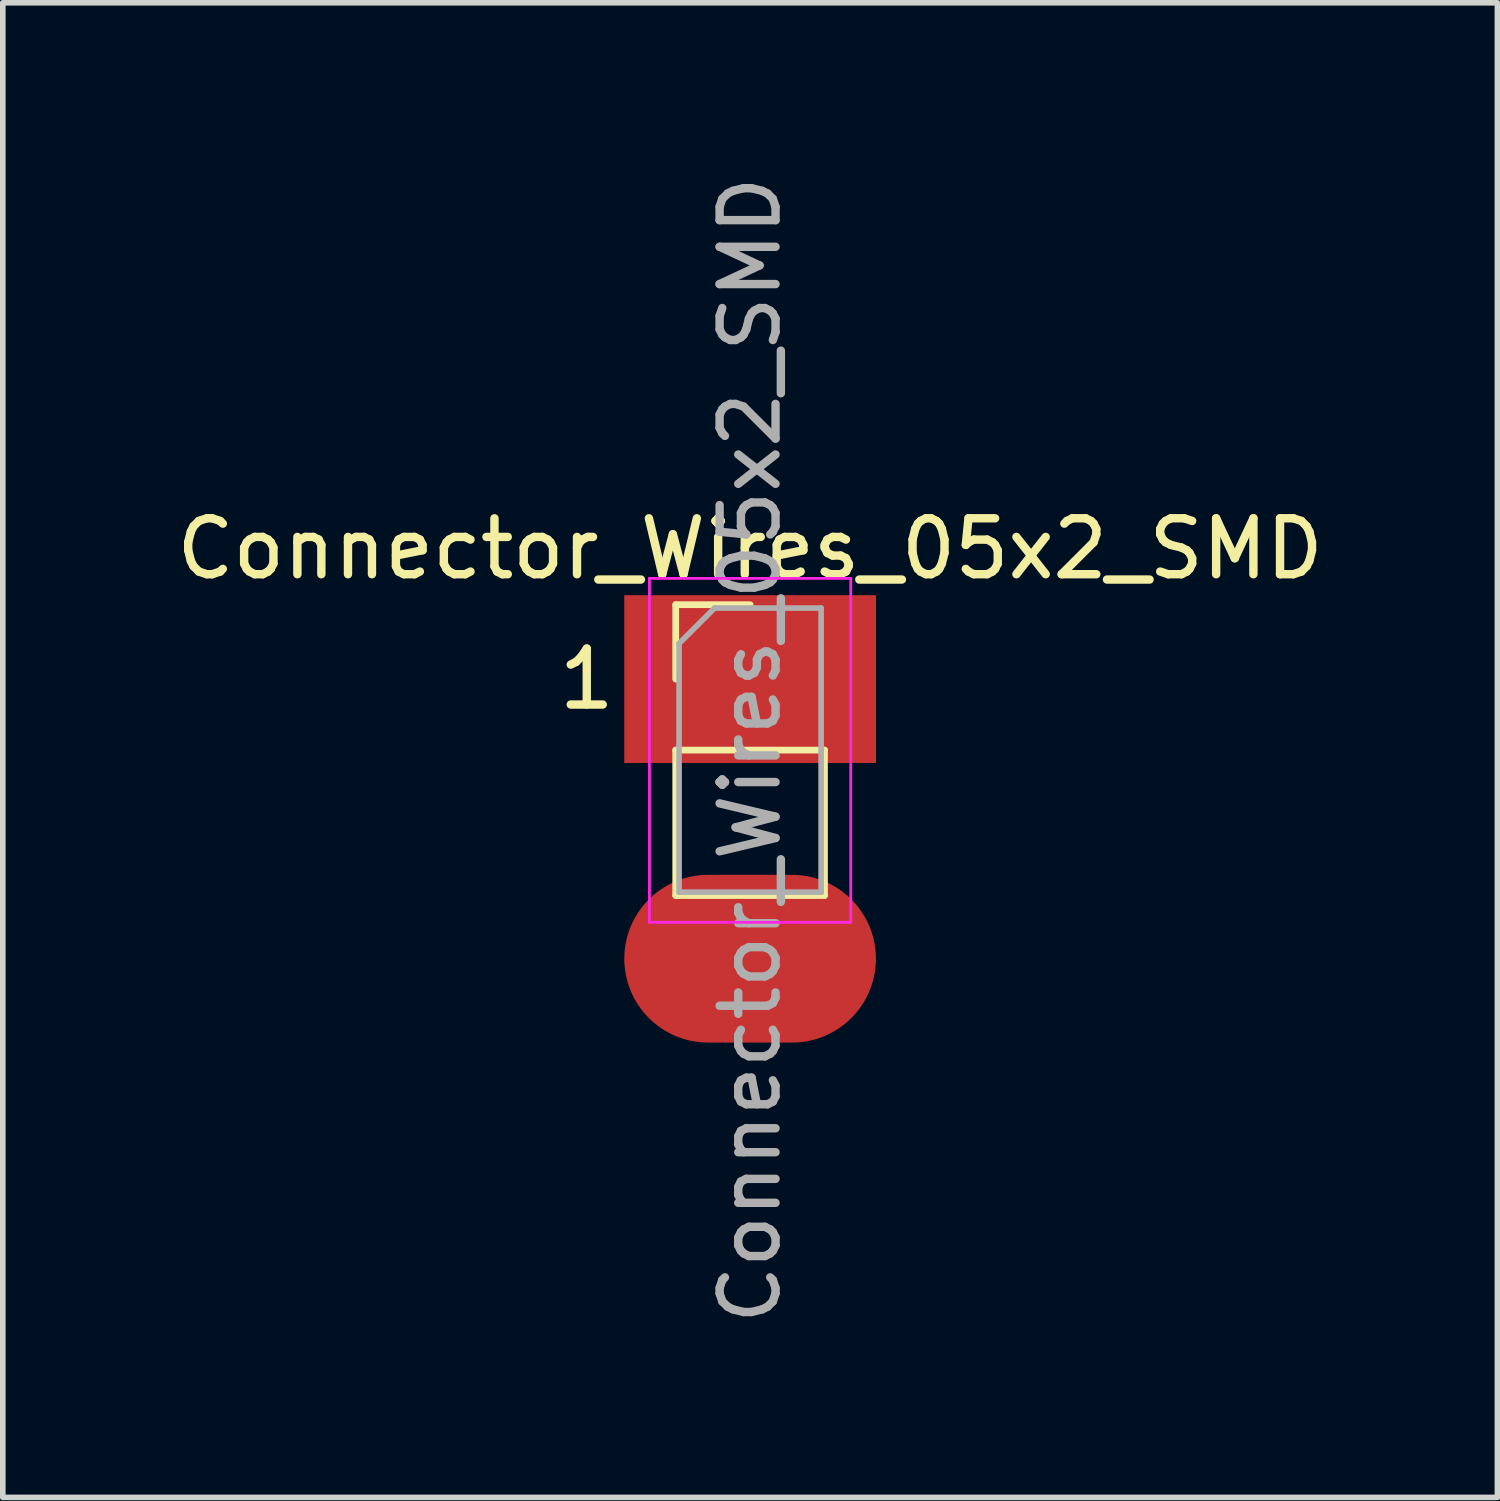
<source format=kicad_pcb>
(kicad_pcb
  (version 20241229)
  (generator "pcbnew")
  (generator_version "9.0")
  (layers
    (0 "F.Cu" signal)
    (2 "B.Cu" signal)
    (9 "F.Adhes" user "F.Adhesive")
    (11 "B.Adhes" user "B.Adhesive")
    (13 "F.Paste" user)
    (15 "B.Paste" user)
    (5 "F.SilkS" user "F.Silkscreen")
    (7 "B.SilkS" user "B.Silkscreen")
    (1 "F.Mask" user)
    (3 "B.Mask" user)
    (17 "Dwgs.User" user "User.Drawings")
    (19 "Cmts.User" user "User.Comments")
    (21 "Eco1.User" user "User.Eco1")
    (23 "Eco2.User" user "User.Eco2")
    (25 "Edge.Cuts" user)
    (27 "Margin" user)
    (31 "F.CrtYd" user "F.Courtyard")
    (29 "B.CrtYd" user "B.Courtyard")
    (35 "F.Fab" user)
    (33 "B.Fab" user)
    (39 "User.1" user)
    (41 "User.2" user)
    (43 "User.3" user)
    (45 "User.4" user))
  (footprint "Connector_Wires_05x2_SMD"
    (layer "F.Cu")
    (at 10.363 9.093)
    (property "Reference" "Connector_Wires_05x2_SMD" (at 0 -2.33 0) (layer "F.SilkS") (effects (font (size 1 1) (thickness 0.15))))
    (attr through_hole)
    (fp_line (start -1.33 -1.33) (end 0 -1.33) (stroke (width 0.12) (type solid)) (layer "F.SilkS"))
    (fp_line (start -1.33 0) (end -1.33 -1.33) (stroke (width 0.12) (type solid)) (layer "F.SilkS"))
    (fp_line (start -1.33 1.27) (end -1.33 3.87) (stroke (width 0.12) (type solid)) (layer "F.SilkS"))
    (fp_line (start -1.33 1.27) (end 1.33 1.27) (stroke (width 0.12) (type solid)) (layer "F.SilkS"))
    (fp_line (start -1.33 3.87) (end 1.33 3.87) (stroke (width 0.12) (type solid)) (layer "F.SilkS"))
    (fp_line (start 1.33 1.27) (end 1.33 3.87) (stroke (width 0.12) (type solid)) (layer "F.SilkS"))
    (fp_line (start -1.8 -1.8) (end -1.8 4.35) (stroke (width 0.05) (type solid)) (layer "F.CrtYd"))
    (fp_line (start -1.8 4.35) (end 1.8 4.35) (stroke (width 0.05) (type solid)) (layer "F.CrtYd"))
    (fp_line (start 1.8 -1.8) (end -1.8 -1.8) (stroke (width 0.05) (type solid)) (layer "F.CrtYd"))
    (fp_line (start 1.8 4.35) (end 1.8 -1.8) (stroke (width 0.05) (type solid)) (layer "F.CrtYd"))
    (fp_line (start -1.27 -0.635) (end -0.635 -1.27) (stroke (width 0.1) (type solid)) (layer "F.Fab"))
    (fp_line (start -1.27 3.81) (end -1.27 -0.635) (stroke (width 0.1) (type solid)) (layer "F.Fab"))
    (fp_line (start -0.635 -1.27) (end 1.27 -1.27) (stroke (width 0.1) (type solid)) (layer "F.Fab"))
    (fp_line (start 1.27 -1.27) (end 1.27 3.81) (stroke (width 0.1) (type solid)) (layer "F.Fab"))
    (fp_line (start 1.27 3.81) (end -1.27 3.81) (stroke (width 0.1) (type solid)) (layer "F.Fab"))
    (fp_text user "1" (at -2.921 0 0) (layer "F.SilkS") (effects (font (size 1 1) (thickness 0.15))))
    (fp_text user "${REFERENCE}" (at 0 1.27 90) (layer "F.Fab") (effects (font (size 1 1) (thickness 0.15))))
    (pad "1" smd rect (at 0 0) (size 4.5 3) (layers "F.Cu" "F.Mask" "F.Paste"))
    (pad "2" smd oval (at 0 5) (size 4.5 3) (layers "F.Cu" "F.Mask" "F.Paste")))
  (gr_rect
    (start -3 -3)
    (end 23.726 23.726)
    (stroke (width 0.1) (type default))
    (fill no)
    (layer "Edge.Cuts")))
</source>
